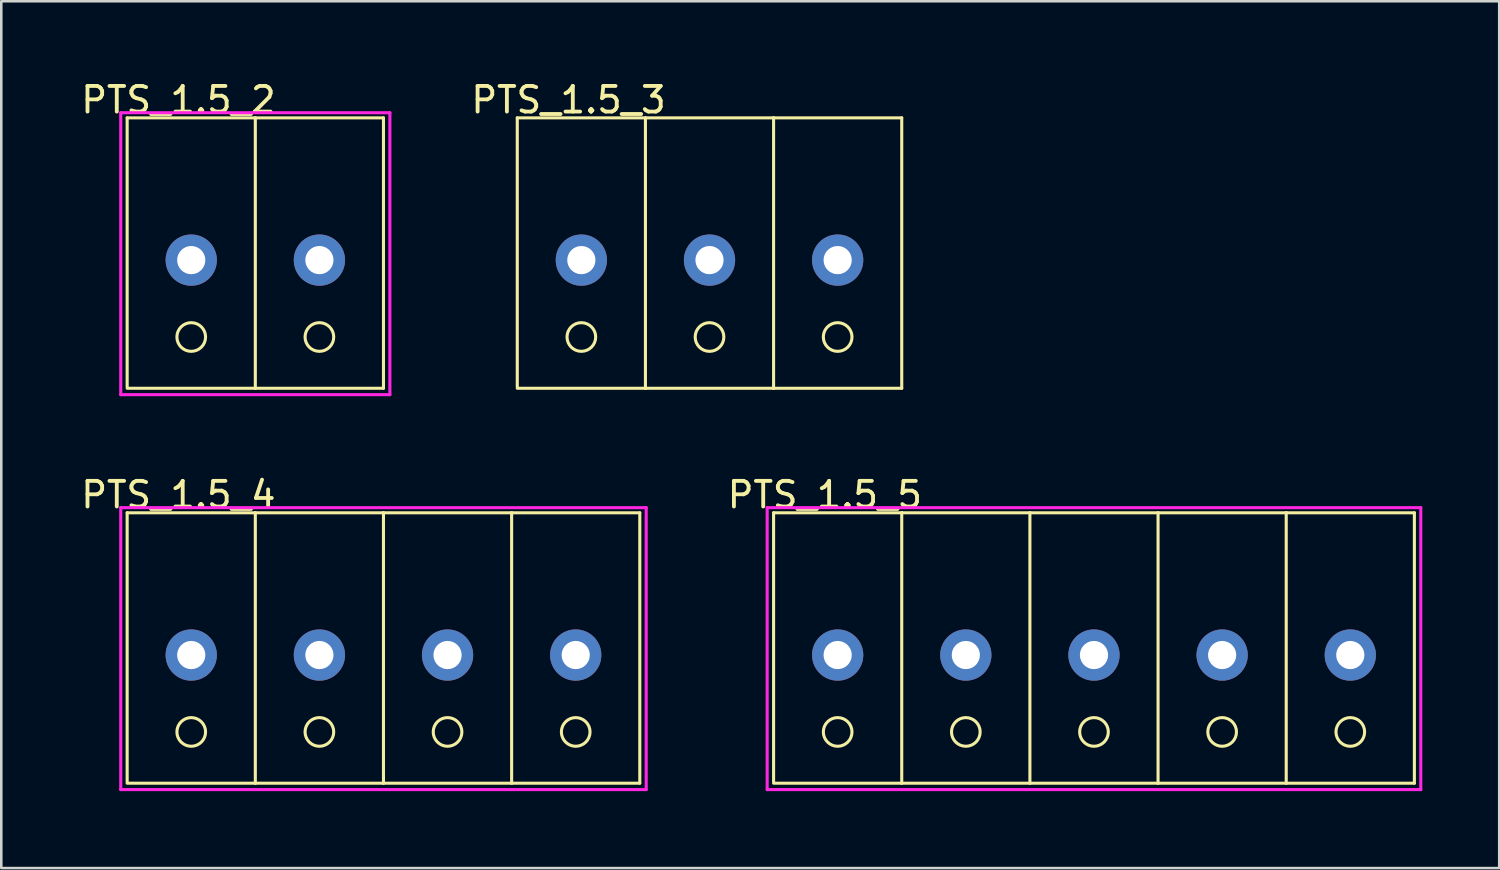
<source format=kicad_pcb>
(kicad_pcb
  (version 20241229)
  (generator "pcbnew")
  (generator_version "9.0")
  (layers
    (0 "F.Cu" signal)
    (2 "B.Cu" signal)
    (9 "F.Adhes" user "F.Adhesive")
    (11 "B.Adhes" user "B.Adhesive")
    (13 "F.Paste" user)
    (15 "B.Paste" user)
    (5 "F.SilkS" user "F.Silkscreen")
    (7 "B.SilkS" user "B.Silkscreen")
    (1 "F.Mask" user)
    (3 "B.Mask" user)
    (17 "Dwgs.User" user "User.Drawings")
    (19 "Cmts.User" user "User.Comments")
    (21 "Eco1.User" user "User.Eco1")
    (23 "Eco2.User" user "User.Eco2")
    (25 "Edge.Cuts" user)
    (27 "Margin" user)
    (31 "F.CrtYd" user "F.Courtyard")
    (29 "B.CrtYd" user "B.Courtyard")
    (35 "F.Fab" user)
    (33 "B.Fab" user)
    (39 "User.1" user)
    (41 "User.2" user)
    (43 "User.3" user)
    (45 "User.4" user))
  (footprint "PTS_1.5_2"
    (layer "F.Cu")
    (at 4.411 7.098)
    (property "Reference" "PTS_1.5_2" (at -0.5 -6.25 0) (layer "F.SilkS") (effects (font (size 1 1) (thickness 0.15))))
    (attr through_hole)
    (fp_line (start -2.5 -5.55) (end 2.5 -5.55) (stroke (width 0.12) (type solid)) (layer "F.SilkS"))
    (fp_line (start -2.5 4.95) (end -2.5 -5.55) (stroke (width 0.12) (type solid)) (layer "F.SilkS"))
    (fp_line (start 2.5 -5.55) (end 2.5 5) (stroke (width 0.12) (type solid)) (layer "F.SilkS"))
    (fp_line (start 2.5 -5.55) (end 7.5 -5.55) (stroke (width 0.12) (type solid)) (layer "F.SilkS"))
    (fp_line (start 2.5 5) (end -2.5 5) (stroke (width 0.12) (type solid)) (layer "F.SilkS"))
    (fp_line (start 2.5 5) (end 7.5 5) (stroke (width 0.12) (type solid)) (layer "F.SilkS"))
    (fp_line (start 7.5 5) (end 7.5 -5.55) (stroke (width 0.12) (type solid)) (layer "F.SilkS"))
    (fp_circle (center 0 3) (end 0.25 2.5) (stroke (width 0.12) (type solid)) (fill no) (layer "F.SilkS"))
    (fp_circle (center 5 3) (end 5.25 2.5) (stroke (width 0.12) (type solid)) (fill no) (layer "F.SilkS"))
    (fp_line (start -2.75 -5.75) (end 7.75 -5.75) (stroke (width 0.12) (type solid)) (layer "F.CrtYd"))
    (fp_line (start -2.75 5.25) (end -2.75 -5.75) (stroke (width 0.12) (type solid)) (layer "F.CrtYd"))
    (fp_line (start 7.75 -5.75) (end 7.75 5.25) (stroke (width 0.12) (type solid)) (layer "F.CrtYd"))
    (fp_line (start 7.75 5.25) (end -2.75 5.25) (stroke (width 0.12) (type solid)) (layer "F.CrtYd"))
    (pad "1" thru_hole circle (at 0 0) (size 2 2) (drill 1.1) (layers "*.Cu" "*.Mask"))
    (pad "2" thru_hole circle (at 5 0) (size 2 2) (drill 1.1) (layers "*.Cu" "*.Mask")))
  (footprint "PTS_1.5_5"
    (layer "F.Cu")
    (at 29.631 22.506)
    (property "Reference" "PTS_1.5_5" (at -0.5 -6.25 0) (layer "F.SilkS") (effects (font (size 1 1) (thickness 0.15))))
    (attr through_hole)
    (fp_line (start -2.5 -5.55) (end 2.5 -5.55) (stroke (width 0.12) (type solid)) (layer "F.SilkS"))
    (fp_line (start -2.5 4.95) (end -2.5 -5.55) (stroke (width 0.12) (type solid)) (layer "F.SilkS"))
    (fp_line (start 2.5 -5.55) (end 2.5 5) (stroke (width 0.12) (type solid)) (layer "F.SilkS"))
    (fp_line (start 2.5 -5.55) (end 7.5 -5.55) (stroke (width 0.12) (type solid)) (layer "F.SilkS"))
    (fp_line (start 2.5 5) (end -2.5 5) (stroke (width 0.12) (type solid)) (layer "F.SilkS"))
    (fp_line (start 2.5 5) (end 7.5 5) (stroke (width 0.12) (type solid)) (layer "F.SilkS"))
    (fp_line (start 7.5 -5.55) (end 12.5 -5.55) (stroke (width 0.12) (type solid)) (layer "F.SilkS"))
    (fp_line (start 7.5 5) (end 7.5 -5.55) (stroke (width 0.12) (type solid)) (layer "F.SilkS"))
    (fp_line (start 7.5 5) (end 12.5 5) (stroke (width 0.12) (type solid)) (layer "F.SilkS"))
    (fp_line (start 12.5 -5.55) (end 17.5 -5.55) (stroke (width 0.12) (type solid)) (layer "F.SilkS"))
    (fp_line (start 12.5 5) (end 12.5 -5.55) (stroke (width 0.12) (type solid)) (layer "F.SilkS"))
    (fp_line (start 12.5 5) (end 17.5 5) (stroke (width 0.12) (type solid)) (layer "F.SilkS"))
    (fp_line (start 17.5 -5.55) (end 22.5 -5.55) (stroke (width 0.12) (type solid)) (layer "F.SilkS"))
    (fp_line (start 17.5 5) (end 17.5 -5.55) (stroke (width 0.12) (type solid)) (layer "F.SilkS"))
    (fp_line (start 17.5 5) (end 22.5 5) (stroke (width 0.12) (type solid)) (layer "F.SilkS"))
    (fp_line (start 22.5 5) (end 22.5 -5.55) (stroke (width 0.12) (type solid)) (layer "F.SilkS"))
    (fp_circle (center 0 3) (end 0.25 2.5) (stroke (width 0.12) (type solid)) (fill no) (layer "F.SilkS"))
    (fp_circle (center 5 3) (end 5.25 2.5) (stroke (width 0.12) (type solid)) (fill no) (layer "F.SilkS"))
    (fp_circle (center 10 3) (end 10.25 2.5) (stroke (width 0.12) (type solid)) (fill no) (layer "F.SilkS"))
    (fp_circle (center 15 3) (end 15.25 2.5) (stroke (width 0.12) (type solid)) (fill no) (layer "F.SilkS"))
    (fp_circle (center 20 3) (end 20.25 2.5) (stroke (width 0.12) (type solid)) (fill no) (layer "F.SilkS"))
    (fp_line (start -2.75 -5.75) (end 22.75 -5.75) (stroke (width 0.12) (type solid)) (layer "F.CrtYd"))
    (fp_line (start -2.75 5.25) (end -2.75 -5.75) (stroke (width 0.12) (type solid)) (layer "F.CrtYd"))
    (fp_line (start 22.75 -5.75) (end 22.75 5.25) (stroke (width 0.12) (type solid)) (layer "F.CrtYd"))
    (fp_line (start 22.75 5.25) (end -2.75 5.25) (stroke (width 0.12) (type solid)) (layer "F.CrtYd"))
    (pad "1" thru_hole circle (at 0 0) (size 2 2) (drill 1.1) (layers "*.Cu" "*.Mask"))
    (pad "2" thru_hole circle (at 5 0) (size 2 2) (drill 1.1) (layers "*.Cu" "*.Mask"))
    (pad "3" thru_hole circle (at 10 0) (size 2 2) (drill 1.1) (layers "*.Cu" "*.Mask"))
    (pad "4" thru_hole circle (at 15 0) (size 2 2) (drill 1.1) (layers "*.Cu" "*.Mask"))
    (pad "5" thru_hole circle (at 20 0) (size 2 2) (drill 1.1) (layers "*.Cu" "*.Mask")))
  (footprint "PTS_1.5_3"
    (layer "F.Cu")
    (at 19.631 7.098)
    (property "Reference" "PTS_1.5_3" (at -0.5 -6.25 0) (layer "F.SilkS") (effects (font (size 1 1) (thickness 0.15))))
    (attr through_hole)
    (fp_line (start -2.5 -5.55) (end 2.5 -5.55) (stroke (width 0.12) (type solid)) (layer "F.SilkS"))
    (fp_line (start -2.5 4.95) (end -2.5 -5.55) (stroke (width 0.12) (type solid)) (layer "F.SilkS"))
    (fp_line (start 2.5 -5.55) (end 2.5 5) (stroke (width 0.12) (type solid)) (layer "F.SilkS"))
    (fp_line (start 2.5 -5.55) (end 7.5 -5.55) (stroke (width 0.12) (type solid)) (layer "F.SilkS"))
    (fp_line (start 2.5 5) (end -2.5 5) (stroke (width 0.12) (type solid)) (layer "F.SilkS"))
    (fp_line (start 2.5 5) (end 7.5 5) (stroke (width 0.12) (type solid)) (layer "F.SilkS"))
    (fp_line (start 7.5 -5.55) (end 12.5 -5.55) (stroke (width 0.12) (type solid)) (layer "F.SilkS"))
    (fp_line (start 7.5 5) (end 7.5 -5.55) (stroke (width 0.12) (type solid)) (layer "F.SilkS"))
    (fp_line (start 7.5 5) (end 12.5 5) (stroke (width 0.12) (type solid)) (layer "F.SilkS"))
    (fp_line (start 12.5 5) (end 12.5 -5.55) (stroke (width 0.12) (type solid)) (layer "F.SilkS"))
    (fp_circle (center 0 3) (end 0.25 2.5) (stroke (width 0.12) (type solid)) (fill no) (layer "F.SilkS"))
    (fp_circle (center 5 3) (end 5.25 2.5) (stroke (width 0.12) (type solid)) (fill no) (layer "F.SilkS"))
    (fp_circle (center 10 3) (end 10.25 2.5) (stroke (width 0.12) (type solid)) (fill no) (layer "F.SilkS"))
    (pad "1" thru_hole circle (at 0 0) (size 2 2) (drill 1.1) (layers "*.Cu" "*.Mask"))
    (pad "2" thru_hole circle (at 5 0) (size 2 2) (drill 1.1) (layers "*.Cu" "*.Mask"))
    (pad "3" thru_hole circle (at 10 0) (size 2 2) (drill 1.1) (layers "*.Cu" "*.Mask")))
  (footprint "PTS_1.5_4"
    (layer "F.Cu")
    (at 4.411 22.506)
    (property "Reference" "PTS_1.5_4" (at -0.5 -6.25 0) (layer "F.SilkS") (effects (font (size 1 1) (thickness 0.15))))
    (attr through_hole)
    (fp_line (start -2.5 -5.55) (end 2.5 -5.55) (stroke (width 0.12) (type solid)) (layer "F.SilkS"))
    (fp_line (start -2.5 4.95) (end -2.5 -5.55) (stroke (width 0.12) (type solid)) (layer "F.SilkS"))
    (fp_line (start 2.5 -5.55) (end 2.5 5) (stroke (width 0.12) (type solid)) (layer "F.SilkS"))
    (fp_line (start 2.5 -5.55) (end 7.5 -5.55) (stroke (width 0.12) (type solid)) (layer "F.SilkS"))
    (fp_line (start 2.5 5) (end -2.5 5) (stroke (width 0.12) (type solid)) (layer "F.SilkS"))
    (fp_line (start 2.5 5) (end 7.5 5) (stroke (width 0.12) (type solid)) (layer "F.SilkS"))
    (fp_line (start 7.5 -5.55) (end 12.5 -5.55) (stroke (width 0.12) (type solid)) (layer "F.SilkS"))
    (fp_line (start 7.5 5) (end 7.5 -5.55) (stroke (width 0.12) (type solid)) (layer "F.SilkS"))
    (fp_line (start 7.5 5) (end 12.5 5) (stroke (width 0.12) (type solid)) (layer "F.SilkS"))
    (fp_line (start 12.5 -5.55) (end 17.5 -5.55) (stroke (width 0.12) (type solid)) (layer "F.SilkS"))
    (fp_line (start 12.5 5) (end 12.5 -5.55) (stroke (width 0.12) (type solid)) (layer "F.SilkS"))
    (fp_line (start 12.5 5) (end 17.5 5) (stroke (width 0.12) (type solid)) (layer "F.SilkS"))
    (fp_line (start 17.5 5) (end 17.5 -5.55) (stroke (width 0.12) (type solid)) (layer "F.SilkS"))
    (fp_circle (center 0 3) (end 0.25 2.5) (stroke (width 0.12) (type solid)) (fill no) (layer "F.SilkS"))
    (fp_circle (center 5 3) (end 5.25 2.5) (stroke (width 0.12) (type solid)) (fill no) (layer "F.SilkS"))
    (fp_circle (center 10 3) (end 10.25 2.5) (stroke (width 0.12) (type solid)) (fill no) (layer "F.SilkS"))
    (fp_circle (center 15 3) (end 15.25 2.5) (stroke (width 0.12) (type solid)) (fill no) (layer "F.SilkS"))
    (fp_line (start -2.75 -5.75) (end 17.75 -5.75) (stroke (width 0.12) (type solid)) (layer "F.CrtYd"))
    (fp_line (start -2.75 5.25) (end -2.75 -5.75) (stroke (width 0.12) (type solid)) (layer "F.CrtYd"))
    (fp_line (start 17.75 -5.75) (end 17.75 5.25) (stroke (width 0.12) (type solid)) (layer "F.CrtYd"))
    (fp_line (start 17.75 5.25) (end -2.75 5.25) (stroke (width 0.12) (type solid)) (layer "F.CrtYd"))
    (pad "1" thru_hole circle (at 0 0) (size 2 2) (drill 1.1) (layers "*.Cu" "*.Mask"))
    (pad "2" thru_hole circle (at 5 0) (size 2 2) (drill 1.1) (layers "*.Cu" "*.Mask"))
    (pad "3" thru_hole circle (at 10 0) (size 2 2) (drill 1.1) (layers "*.Cu" "*.Mask"))
    (pad "4" thru_hole circle (at 15 0) (size 2 2) (drill 1.1) (layers "*.Cu" "*.Mask")))
  (gr_rect
    (start -3 -3)
    (end 55.441 30.817)
    (stroke (width 0.1) (type default))
    (fill no)
    (layer "Edge.Cuts")))
</source>
